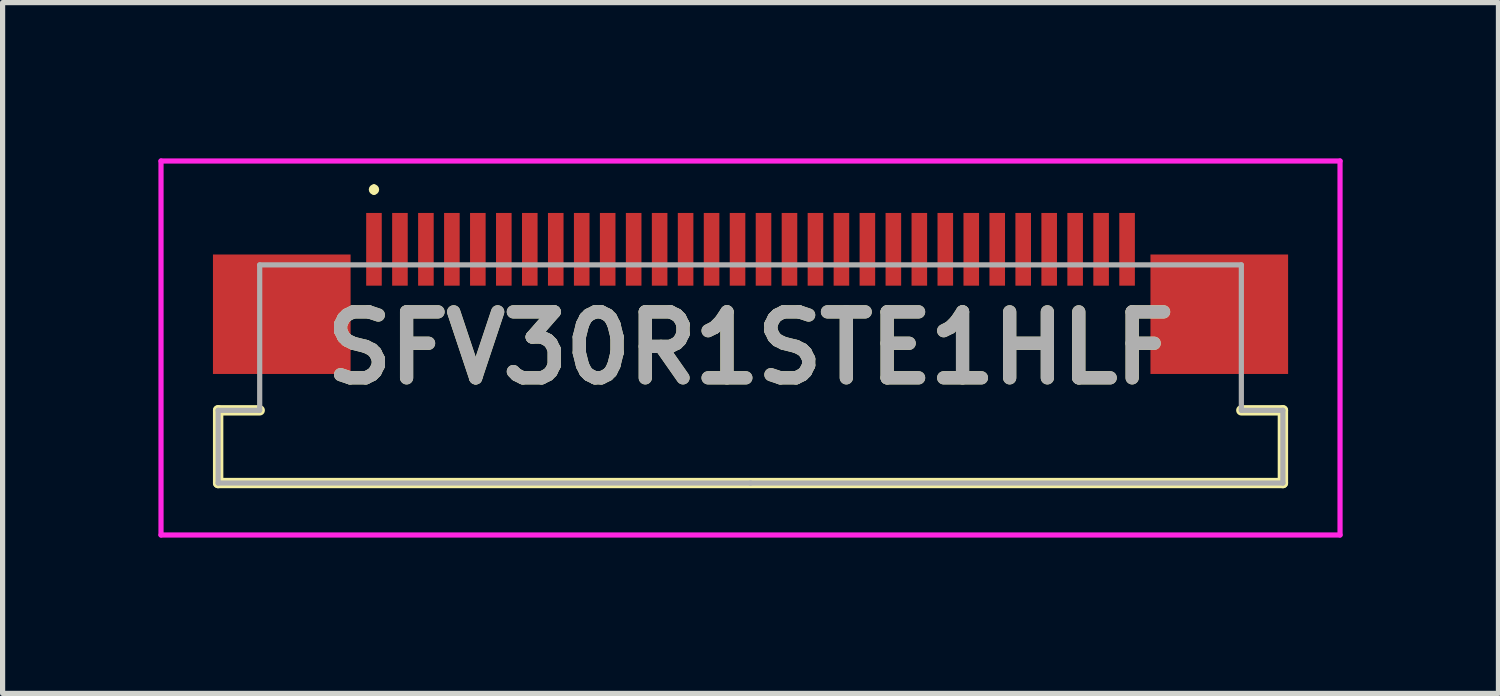
<source format=kicad_pcb>
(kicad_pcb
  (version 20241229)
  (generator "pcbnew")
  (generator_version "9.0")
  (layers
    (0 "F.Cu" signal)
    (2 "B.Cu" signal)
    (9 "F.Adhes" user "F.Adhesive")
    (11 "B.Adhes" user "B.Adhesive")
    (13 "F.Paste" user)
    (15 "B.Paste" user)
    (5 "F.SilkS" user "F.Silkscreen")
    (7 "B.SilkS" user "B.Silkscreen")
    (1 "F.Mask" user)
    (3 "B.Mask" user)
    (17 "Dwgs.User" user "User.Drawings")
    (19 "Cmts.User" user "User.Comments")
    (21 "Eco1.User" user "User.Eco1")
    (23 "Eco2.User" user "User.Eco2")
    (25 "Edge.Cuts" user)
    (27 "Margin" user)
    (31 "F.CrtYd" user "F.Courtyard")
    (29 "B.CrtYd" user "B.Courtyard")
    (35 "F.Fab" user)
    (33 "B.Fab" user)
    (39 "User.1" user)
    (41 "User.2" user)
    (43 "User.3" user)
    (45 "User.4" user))
  (footprint "SFV30R1STE1HLF"
    (layer "F.Cu")
    (at 11.4 3.65)
    (property "Reference" "SFV30R1STE1HLF" (at 0 0 0) (layer "F.SilkS") (effects (font (size 1.27 1.27) (thickness 0.254))))
    (attr smd)
    (fp_line (start -10.25 1.2) (end -10.25 2.6) (stroke (width 0.2) (type solid)) (layer "F.SilkS"))
    (fp_line (start -10.25 2.6) (end 10.25 2.6) (stroke (width 0.2) (type solid)) (layer "F.SilkS"))
    (fp_line (start -9.45 1.2) (end -10.25 1.2) (stroke (width 0.2) (type solid)) (layer "F.SilkS"))
    (fp_line (start -7.25 -3.1) (end -7.25 -3.1) (stroke (width 0.1) (type solid)) (layer "F.SilkS"))
    (fp_line (start -7.25 -3) (end -7.25 -3) (stroke (width 0.1) (type solid)) (layer "F.SilkS"))
    (fp_line (start 10.25 1.2) (end 9.45 1.2) (stroke (width 0.2) (type solid)) (layer "F.SilkS"))
    (fp_line (start 10.25 2.6) (end 10.25 1.2) (stroke (width 0.2) (type solid)) (layer "F.SilkS"))
    (fp_arc (start -7.25 -3.1) (mid -7.2 -3.05) (end -7.25 -3) (stroke (width 0.1) (type solid)) (layer "F.SilkS"))
    (fp_arc (start -7.25 -3) (mid -7.3 -3.05) (end -7.25 -3.1) (stroke (width 0.1) (type solid)) (layer "F.SilkS"))
    (fp_line (start -11.35 -3.6) (end 11.35 -3.6) (stroke (width 0.1) (type solid)) (layer "F.CrtYd"))
    (fp_line (start -11.35 3.6) (end -11.35 -3.6) (stroke (width 0.1) (type solid)) (layer "F.CrtYd"))
    (fp_line (start 11.35 -3.6) (end 11.35 3.6) (stroke (width 0.1) (type solid)) (layer "F.CrtYd"))
    (fp_line (start 11.35 3.6) (end -11.35 3.6) (stroke (width 0.1) (type solid)) (layer "F.CrtYd"))
    (fp_line (start -10.25 1.2) (end -10.25 2.6) (stroke (width 0.1) (type solid)) (layer "F.Fab"))
    (fp_line (start -10.25 2.6) (end 0 2.6) (stroke (width 0.1) (type solid)) (layer "F.Fab"))
    (fp_line (start -9.45 -1.6) (end -9.45 1.2) (stroke (width 0.1) (type solid)) (layer "F.Fab"))
    (fp_line (start -9.45 1.2) (end -10.25 1.2) (stroke (width 0.1) (type solid)) (layer "F.Fab"))
    (fp_line (start 0 2.6) (end 10.25 2.6) (stroke (width 0.1) (type solid)) (layer "F.Fab"))
    (fp_line (start 9.45 -1.6) (end -9.45 -1.6) (stroke (width 0.1) (type solid)) (layer "F.Fab"))
    (fp_line (start 9.45 1.2) (end 9.45 -1.6) (stroke (width 0.1) (type solid)) (layer "F.Fab"))
    (fp_line (start 10.25 1.2) (end 9.45 1.2) (stroke (width 0.1) (type solid)) (layer "F.Fab"))
    (fp_line (start 10.25 2.6) (end 10.25 1.2) (stroke (width 0.1) (type solid)) (layer "F.Fab"))
    (fp_text user "${REFERENCE}" (at 0 0 0) (layer "F.Fab") (effects (font (size 1.27 1.27) (thickness 0.254))))
    (pad "1" smd rect (at -7.25 -1.9) (size 0.3 1.4) (layers "F.Cu" "F.Mask" "F.Paste"))
    (pad "2" smd rect (at -6.75 -1.9) (size 0.3 1.4) (layers "F.Cu" "F.Mask" "F.Paste"))
    (pad "3" smd rect (at -6.25 -1.9) (size 0.3 1.4) (layers "F.Cu" "F.Mask" "F.Paste"))
    (pad "4" smd rect (at -5.75 -1.9) (size 0.3 1.4) (layers "F.Cu" "F.Mask" "F.Paste"))
    (pad "5" smd rect (at -5.25 -1.9) (size 0.3 1.4) (layers "F.Cu" "F.Mask" "F.Paste"))
    (pad "6" smd rect (at -4.75 -1.9) (size 0.3 1.4) (layers "F.Cu" "F.Mask" "F.Paste"))
    (pad "7" smd rect (at -4.25 -1.9) (size 0.3 1.4) (layers "F.Cu" "F.Mask" "F.Paste"))
    (pad "8" smd rect (at -3.75 -1.9) (size 0.3 1.4) (layers "F.Cu" "F.Mask" "F.Paste"))
    (pad "9" smd rect (at -3.25 -1.9) (size 0.3 1.4) (layers "F.Cu" "F.Mask" "F.Paste"))
    (pad "10" smd rect (at -2.75 -1.9) (size 0.3 1.4) (layers "F.Cu" "F.Mask" "F.Paste"))
    (pad "11" smd rect (at -2.25 -1.9) (size 0.3 1.4) (layers "F.Cu" "F.Mask" "F.Paste"))
    (pad "12" smd rect (at -1.75 -1.9) (size 0.3 1.4) (layers "F.Cu" "F.Mask" "F.Paste"))
    (pad "13" smd rect (at -1.25 -1.9) (size 0.3 1.4) (layers "F.Cu" "F.Mask" "F.Paste"))
    (pad "14" smd rect (at -0.75 -1.9) (size 0.3 1.4) (layers "F.Cu" "F.Mask" "F.Paste"))
    (pad "15" smd rect (at -0.25 -1.9) (size 0.3 1.4) (layers "F.Cu" "F.Mask" "F.Paste"))
    (pad "16" smd rect (at 0.25 -1.9) (size 0.3 1.4) (layers "F.Cu" "F.Mask" "F.Paste"))
    (pad "17" smd rect (at 0.75 -1.9) (size 0.3 1.4) (layers "F.Cu" "F.Mask" "F.Paste"))
    (pad "18" smd rect (at 1.25 -1.9) (size 0.3 1.4) (layers "F.Cu" "F.Mask" "F.Paste"))
    (pad "19" smd rect (at 1.75 -1.9) (size 0.3 1.4) (layers "F.Cu" "F.Mask" "F.Paste"))
    (pad "20" smd rect (at 2.25 -1.9) (size 0.3 1.4) (layers "F.Cu" "F.Mask" "F.Paste"))
    (pad "21" smd rect (at 2.75 -1.9) (size 0.3 1.4) (layers "F.Cu" "F.Mask" "F.Paste"))
    (pad "22" smd rect (at 3.25 -1.9) (size 0.3 1.4) (layers "F.Cu" "F.Mask" "F.Paste"))
    (pad "23" smd rect (at 3.75 -1.9) (size 0.3 1.4) (layers "F.Cu" "F.Mask" "F.Paste"))
    (pad "24" smd rect (at 4.25 -1.9) (size 0.3 1.4) (layers "F.Cu" "F.Mask" "F.Paste"))
    (pad "25" smd rect (at 4.75 -1.9) (size 0.3 1.4) (layers "F.Cu" "F.Mask" "F.Paste"))
    (pad "26" smd rect (at 5.25 -1.9) (size 0.3 1.4) (layers "F.Cu" "F.Mask" "F.Paste"))
    (pad "27" smd rect (at 5.75 -1.9) (size 0.3 1.4) (layers "F.Cu" "F.Mask" "F.Paste"))
    (pad "28" smd rect (at 6.25 -1.9) (size 0.3 1.4) (layers "F.Cu" "F.Mask" "F.Paste"))
    (pad "29" smd rect (at 6.75 -1.9) (size 0.3 1.4) (layers "F.Cu" "F.Mask" "F.Paste"))
    (pad "30" smd rect (at 7.25 -1.9) (size 0.3 1.4) (layers "F.Cu" "F.Mask" "F.Paste"))
    (pad "31" smd rect (at -9.025 -0.65 90) (size 2.3 2.65) (layers "F.Cu" "F.Mask" "F.Paste"))
    (pad "32" smd rect (at 9.025 -0.65 90) (size 2.3 2.65) (layers "F.Cu" "F.Mask" "F.Paste")))
  (gr_rect
    (start -3 -3)
    (end 25.8 10.3)
    (stroke (width 0.1) (type default))
    (fill no)
    (layer "Edge.Cuts")))
</source>
